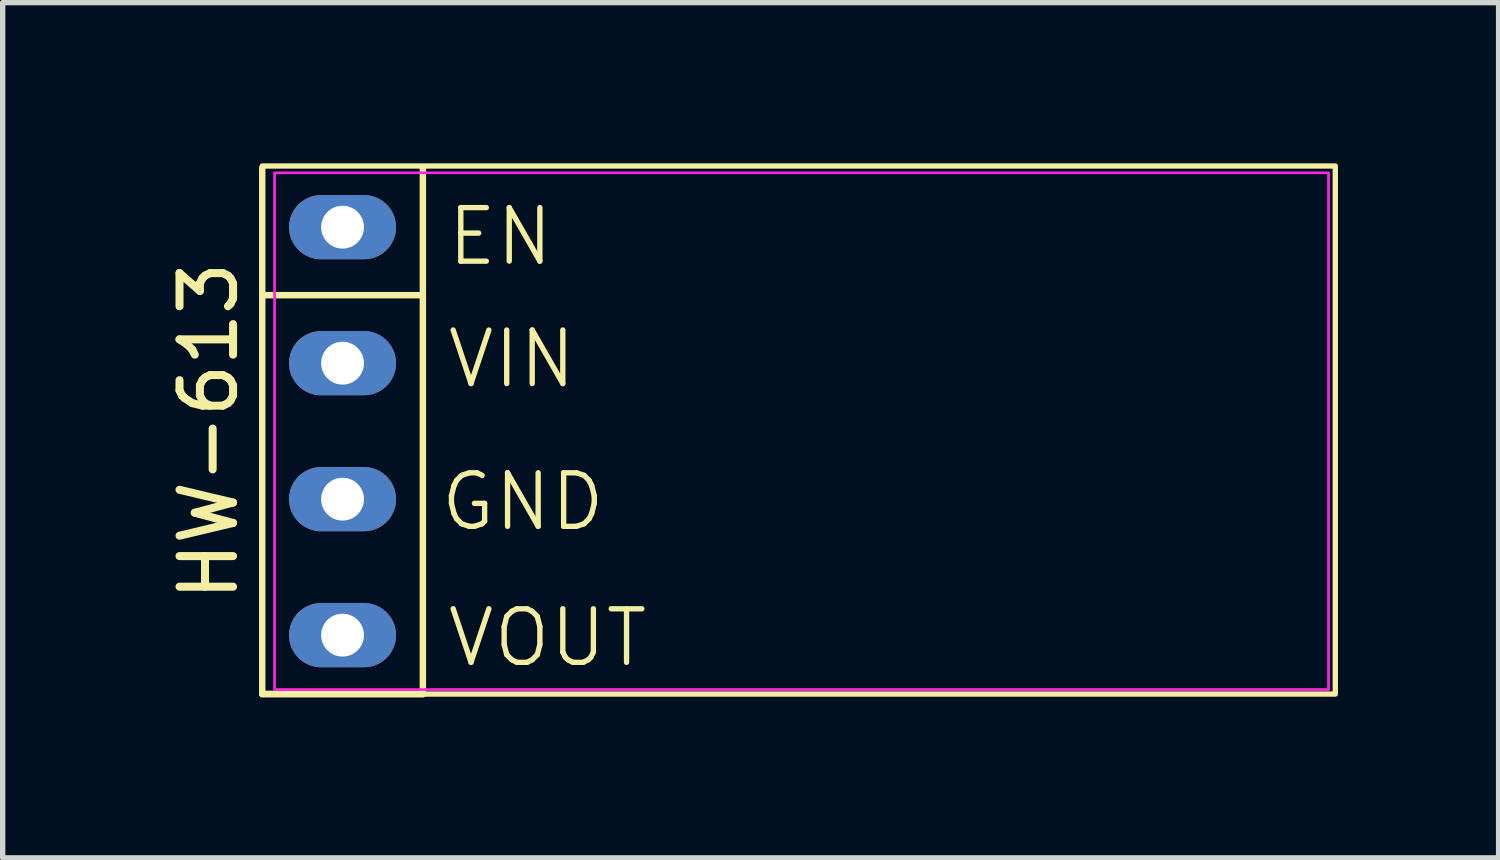
<source format=kicad_pcb>
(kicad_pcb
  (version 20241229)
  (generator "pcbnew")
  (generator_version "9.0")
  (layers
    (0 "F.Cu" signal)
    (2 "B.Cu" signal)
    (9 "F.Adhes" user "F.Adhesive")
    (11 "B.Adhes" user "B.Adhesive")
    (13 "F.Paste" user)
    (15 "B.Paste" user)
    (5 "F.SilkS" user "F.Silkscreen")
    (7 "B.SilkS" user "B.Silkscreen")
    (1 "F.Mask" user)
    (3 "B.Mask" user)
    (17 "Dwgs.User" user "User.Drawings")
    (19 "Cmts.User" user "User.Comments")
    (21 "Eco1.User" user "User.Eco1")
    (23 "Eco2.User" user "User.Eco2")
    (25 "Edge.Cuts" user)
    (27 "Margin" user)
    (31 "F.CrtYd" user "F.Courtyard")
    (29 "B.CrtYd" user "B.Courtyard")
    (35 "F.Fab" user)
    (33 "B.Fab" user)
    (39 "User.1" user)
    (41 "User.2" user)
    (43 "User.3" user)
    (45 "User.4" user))
  (footprint "HW-613"
    (layer "F.Cu")
    (at 3.348 5.003)
    (property "Reference" "HW-613" (at -2.5 0 270) (layer "F.SilkS") (effects (font (size 1 1) (thickness 0.15))))
    (attr through_hole)
    (fp_line (start -1.5 4.91) (end -1.5 -4.91) (stroke (width 0.12) (type default)) (layer "F.SilkS"))
    (fp_line (start -1.5 4.91) (end 1.5 4.91) (stroke (width 0.12) (type default)) (layer "F.SilkS"))
    (fp_line (start 1.5 -4.91) (end 1.5 4.91) (stroke (width 0.12) (type default)) (layer "F.SilkS"))
    (fp_line (start 1.5 -2.54) (end -1.5 -2.54) (stroke (width 0.12) (type default)) (layer "F.SilkS"))
    (fp_line (start 1.5 4.91) (end -1.5 4.91) (stroke (width 0.12) (type default)) (layer "F.SilkS"))
    (fp_rect (start -1.5 4.91) (end 18.542 -4.953) (stroke (width 0.1) (type default)) (fill no) (layer "F.SilkS"))
    (fp_rect (start -1.27 -4.826) (end 18.415 4.826) (stroke (width 0.05) (type default)) (fill no) (layer "F.CrtYd"))
    (fp_text user "VOUT" (at 1.905 4.445 0) (unlocked yes) (layer "F.SilkS") (effects (font (size 1 1) (thickness 0.1)) (justify left bottom)))
    (fp_text user "GND" (at 1.778 1.905 0) (unlocked yes) (layer "F.SilkS") (effects (font (size 1 1) (thickness 0.1)) (justify left bottom)))
    (fp_text user "VIN" (at 1.905 -0.762 0) (unlocked yes) (layer "F.SilkS") (effects (font (size 1 1) (thickness 0.1)) (justify left bottom)))
    (fp_text user "EN" (at 1.905 -3.048 0) (unlocked yes) (layer "F.SilkS") (effects (font (size 1 1) (thickness 0.1)) (justify left bottom)))
    (pad "1" thru_hole oval (at 0 -3.81 270) (size 1.2 2) (drill 0.8) (layers "*.Cu" "*.Mask"))
    (pad "2" thru_hole oval (at 0 -1.27 270) (size 1.2 2) (drill 0.8) (layers "*.Cu" "*.Mask"))
    (pad "3" thru_hole oval (at 0 1.27 270) (size 1.2 2) (drill 0.8) (layers "*.Cu" "*.Mask"))
    (pad "4" thru_hole oval (at 0 3.81 270) (size 1.2 2) (drill 0.8) (layers "*.Cu" "*.Mask")))
  (gr_rect
    (start -3 -3)
    (end 24.94 12.973)
    (stroke (width 0.1) (type default))
    (fill no)
    (layer "Edge.Cuts")))
</source>
